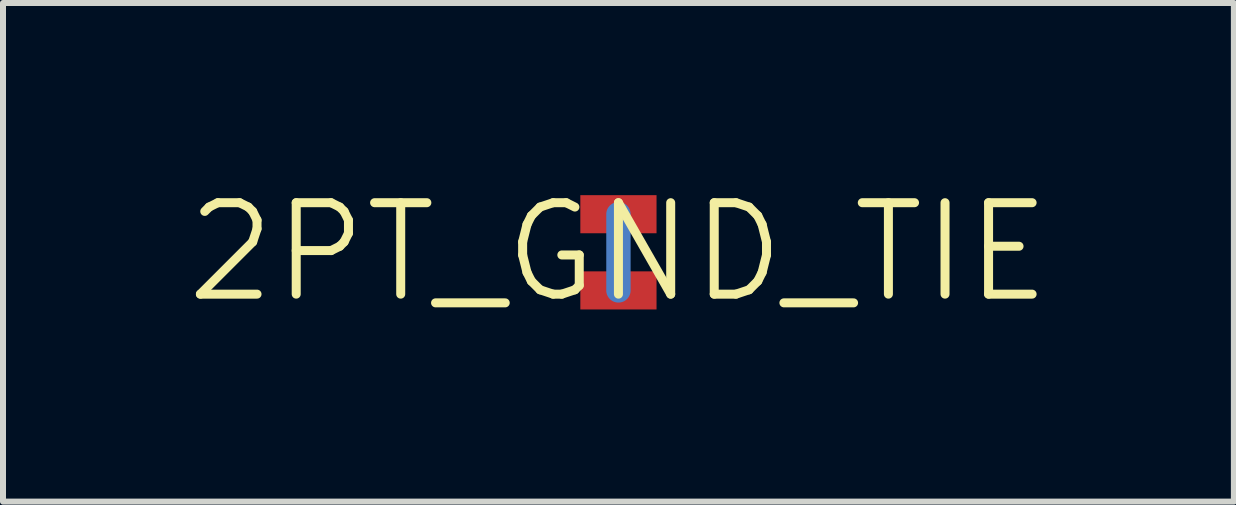
<source format=kicad_pcb>
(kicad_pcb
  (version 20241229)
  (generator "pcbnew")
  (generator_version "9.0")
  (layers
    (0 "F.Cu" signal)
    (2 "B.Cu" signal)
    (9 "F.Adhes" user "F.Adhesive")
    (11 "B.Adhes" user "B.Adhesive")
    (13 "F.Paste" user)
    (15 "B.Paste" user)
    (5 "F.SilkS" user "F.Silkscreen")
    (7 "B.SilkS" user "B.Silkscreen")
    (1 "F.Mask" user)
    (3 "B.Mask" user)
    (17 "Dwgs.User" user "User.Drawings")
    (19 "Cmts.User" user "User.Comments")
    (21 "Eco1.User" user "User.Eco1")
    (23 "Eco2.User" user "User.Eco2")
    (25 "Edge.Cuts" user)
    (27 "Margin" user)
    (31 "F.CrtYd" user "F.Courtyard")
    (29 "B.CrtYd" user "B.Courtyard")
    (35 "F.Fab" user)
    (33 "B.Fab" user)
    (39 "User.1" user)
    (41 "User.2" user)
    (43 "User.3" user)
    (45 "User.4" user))
  (footprint "2PT_GND_TIE"
    (layer "F.Cu")
    (at 7.257 1.155)
    (property "Reference" "2PT_GND_TIE" (at 0 0 0) (layer "F.SilkS") (effects (font (size 1.524 1.524) (thickness 0.15))))
    (attr smd)
    (fp_line (start 0 -0.635) (end 0 0.635) (stroke (width 0.406) (type solid)) (layer "B.Cu"))
    (pad "P$1" smd rect (at 0 -0.635) (size 1.27 0.635) (layers "F.Cu" "F.Mask" "F.Paste"))
    (pad "P$2" smd rect (at 0 0.635) (size 1.27 0.635) (layers "F.Cu" "F.Mask" "F.Paste")))
  (gr_rect
    (start -3 -3)
    (end 17.514 5.31)
    (stroke (width 0.1) (type default))
    (fill no)
    (layer "Edge.Cuts")))
</source>
